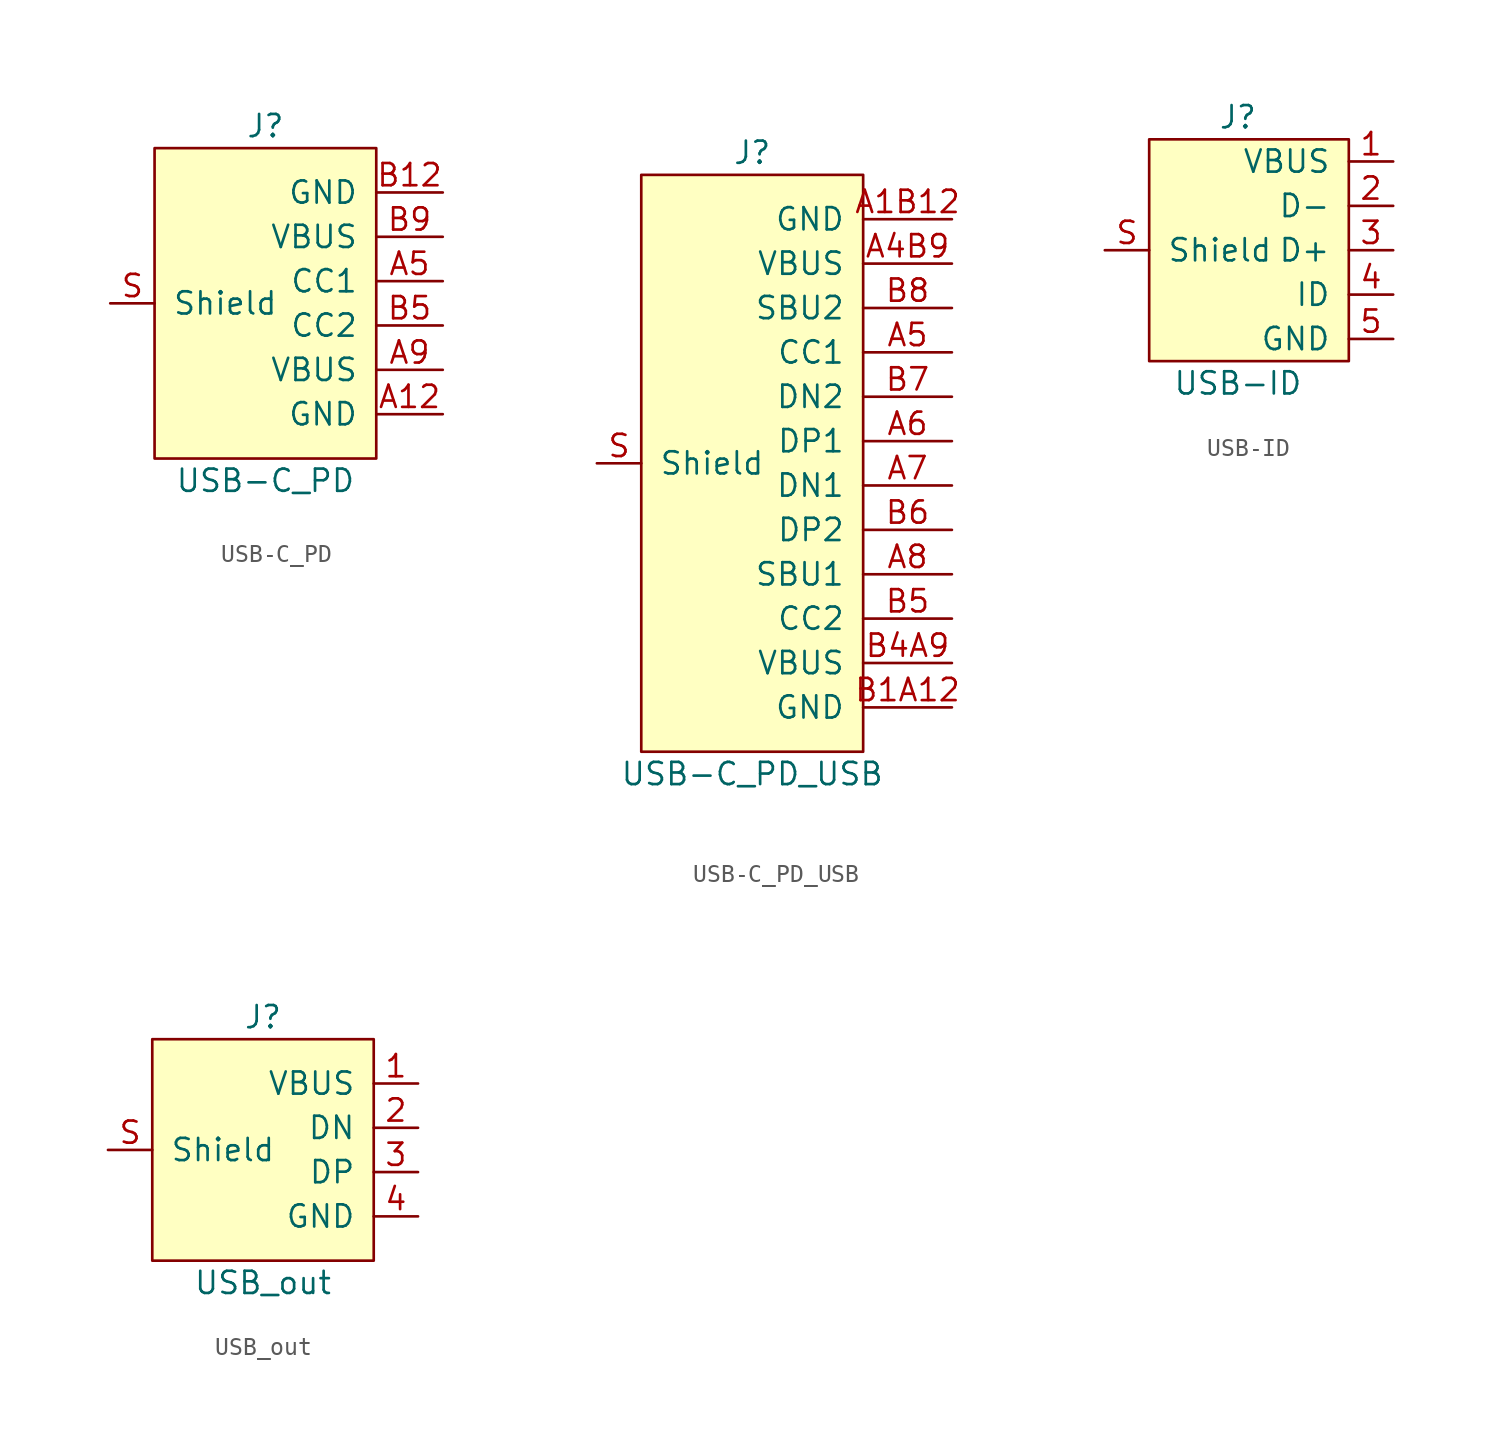
<source format=kicad_sym>
(kicad_symbol_lib
  (version 20211014)
  (generator kicad_symbol_editor)
  (symbol "USB-C_PD"
    (pin_names
      (offset 1.016))
    (property "Reference" "J"
      (at 0 10.16 0)
      (effects (font (size 1.27 1.27))))
    (property "Value" "USB-C_PD"
      (at 0 -10.16 0)
      (effects (font (size 1.27 1.27))))
    (symbol "USB-C_PD_0_1"
      (rectangle (start 6.35 8.89) (end -6.35 -8.89) (stroke (width 0) (type default) (color 0 0 0 0)) (fill (type background))))
    (symbol "USB-C_PD_1_1"
      (pin passive line (at 10.16 -6.35 180) (length 3.81) (name "GND" (effects (font (size 1.27 1.27)))) (number "A12" (effects (font (size 1.27 1.27)))))
      (pin bidirectional line (at 10.16 1.27 180) (length 3.81) (name "CC1" (effects (font (size 1.27 1.27)))) (number "A5" (effects (font (size 1.27 1.27)))))
      (pin passive line (at 10.16 -3.81 180) (length 3.81) (name "VBUS" (effects (font (size 1.27 1.27)))) (number "A9" (effects (font (size 1.27 1.27)))))
      (pin power_out line (at 10.16 6.35 180) (length 3.81) (name "GND" (effects (font (size 1.27 1.27)))) (number "B12" (effects (font (size 1.27 1.27)))))
      (pin bidirectional line (at 10.16 -1.27 180) (length 3.81) (name "CC2" (effects (font (size 1.27 1.27)))) (number "B5" (effects (font (size 1.27 1.27)))))
      (pin power_out line (at 10.16 3.81 180) (length 3.81) (name "VBUS" (effects (font (size 1.27 1.27)))) (number "B9" (effects (font (size 1.27 1.27)))))
      (pin passive line (at -8.89 0 0) (length 2.54) (name "Shield" (effects (font (size 1.27 1.27)))) (number "S" (effects (font (size 1.27 1.27)))))))
  (symbol "USB-C_PD_USB"
    (pin_names
      (offset 1.016))
    (property "Reference" "J"
      (at 0 17.78 0)
      (effects (font (size 1.27 1.27))))
    (property "Value" "USB-C_PD_USB"
      (at 0 -17.78 0)
      (effects (font (size 1.27 1.27))))
    (symbol "USB-C_PD_USB_0_1"
      (rectangle (start 6.35 16.51) (end -6.35 -16.51) (stroke (width 0) (type default) (color 0 0 0 0)) (fill (type background))))
    (symbol "USB-C_PD_USB_1_1"
      (pin power_out line (at 11.43 13.97 180) (length 5.08) (name "GND" (effects (font (size 1.27 1.27)))) (number "A1B12" (effects (font (size 1.27 1.27)))))
      (pin power_out line (at 11.43 11.43 180) (length 5.08) (name "VBUS" (effects (font (size 1.27 1.27)))) (number "A4B9" (effects (font (size 1.27 1.27)))))
      (pin bidirectional line (at 11.43 6.35 180) (length 5.08) (name "CC1" (effects (font (size 1.27 1.27)))) (number "A5" (effects (font (size 1.27 1.27)))))
      (pin bidirectional line (at 11.43 1.27 180) (length 5.08) (name "DP1" (effects (font (size 1.27 1.27)))) (number "A6" (effects (font (size 1.27 1.27)))))
      (pin bidirectional line (at 11.43 -1.27 180) (length 5.08) (name "DN1" (effects (font (size 1.27 1.27)))) (number "A7" (effects (font (size 1.27 1.27)))))
      (pin bidirectional line (at 11.43 -6.35 180) (length 5.08) (name "SBU1" (effects (font (size 1.27 1.27)))) (number "A8" (effects (font (size 1.27 1.27)))))
      (pin passive line (at 11.43 -13.97 180) (length 5.08) (name "GND" (effects (font (size 1.27 1.27)))) (number "B1A12" (effects (font (size 1.27 1.27)))))
      (pin passive line (at 11.43 -11.43 180) (length 5.08) (name "VBUS" (effects (font (size 1.27 1.27)))) (number "B4A9" (effects (font (size 1.27 1.27)))))
      (pin bidirectional line (at 11.43 -8.89 180) (length 5.08) (name "CC2" (effects (font (size 1.27 1.27)))) (number "B5" (effects (font (size 1.27 1.27)))))
      (pin bidirectional line (at 11.43 -3.81 180) (length 5.08) (name "DP2" (effects (font (size 1.27 1.27)))) (number "B6" (effects (font (size 1.27 1.27)))))
      (pin bidirectional line (at 11.43 3.81 180) (length 5.08) (name "DN2" (effects (font (size 1.27 1.27)))) (number "B7" (effects (font (size 1.27 1.27)))))
      (pin bidirectional line (at 11.43 8.89 180) (length 5.08) (name "SBU2" (effects (font (size 1.27 1.27)))) (number "B8" (effects (font (size 1.27 1.27)))))
      (pin passive line (at -8.89 0 0) (length 2.54) (name "Shield" (effects (font (size 1.27 1.27)))) (number "S" (effects (font (size 1.27 1.27)))))))
  (symbol "USB-ID"
    (pin_names
      (offset 1.016))
    (property "Reference" "J"
      (at 0 7.62 0)
      (effects (font (size 1.27 1.27))))
    (property "Value" "USB-ID"
      (at 0 -7.62 0)
      (effects (font (size 1.27 1.27))))
    (symbol "USB-ID_0_1"
      (rectangle (start -5.08 6.35) (end 6.35 -6.35) (stroke (width 0) (type default) (color 0 0 0 0)) (fill (type background))))
    (symbol "USB-ID_1_1"
      (pin power_out line (at 8.89 5.08 180) (length 2.54) (name "VBUS" (effects (font (size 1.27 1.27)))) (number "1" (effects (font (size 1.27 1.27)))))
      (pin bidirectional line (at 8.89 2.54 180) (length 2.54) (name "D-" (effects (font (size 1.27 1.27)))) (number "2" (effects (font (size 1.27 1.27)))))
      (pin bidirectional line (at 8.89 0 180) (length 2.54) (name "D+" (effects (font (size 1.27 1.27)))) (number "3" (effects (font (size 1.27 1.27)))))
      (pin bidirectional line (at 8.89 -2.54 180) (length 2.54) (name "ID" (effects (font (size 1.27 1.27)))) (number "4" (effects (font (size 1.27 1.27)))))
      (pin power_out line (at 8.89 -5.08 180) (length 2.54) (name "GND" (effects (font (size 1.27 1.27)))) (number "5" (effects (font (size 1.27 1.27)))))
      (pin passive line (at -7.62 0 0) (length 2.54) (name "Shield" (effects (font (size 1.27 1.27)))) (number "S" (effects (font (size 1.27 1.27)))))))
  (symbol "USB_out"
    (pin_names
      (offset 1.016))
    (property "Reference" "J"
      (at 0 7.62 0)
      (effects (font (size 1.27 1.27))))
    (property "Value" "USB_out"
      (at 0 -7.62 0)
      (effects (font (size 1.27 1.27))))
    (symbol "USB_out_0_1"
      (rectangle (start 6.35 -6.35) (end -6.35 6.35) (stroke (width 0) (type default) (color 0 0 0 0)) (fill (type background))))
    (symbol "USB_out_1_1"
      (pin power_in line (at 8.89 3.81 180) (length 2.54) (name "VBUS" (effects (font (size 1.27 1.27)))) (number "1" (effects (font (size 1.27 1.27)))))
      (pin bidirectional line (at 8.89 1.27 180) (length 2.54) (name "DN" (effects (font (size 1.27 1.27)))) (number "2" (effects (font (size 1.27 1.27)))))
      (pin bidirectional line (at 8.89 -1.27 180) (length 2.54) (name "DP" (effects (font (size 1.27 1.27)))) (number "3" (effects (font (size 1.27 1.27)))))
      (pin power_in line (at 8.89 -3.81 180) (length 2.54) (name "GND" (effects (font (size 1.27 1.27)))) (number "4" (effects (font (size 1.27 1.27)))))
      (pin passive line (at -8.89 0 0) (length 2.54) (name "Shield" (effects (font (size 1.27 1.27)))) (number "S" (effects (font (size 1.27 1.27))))))))
</source>
